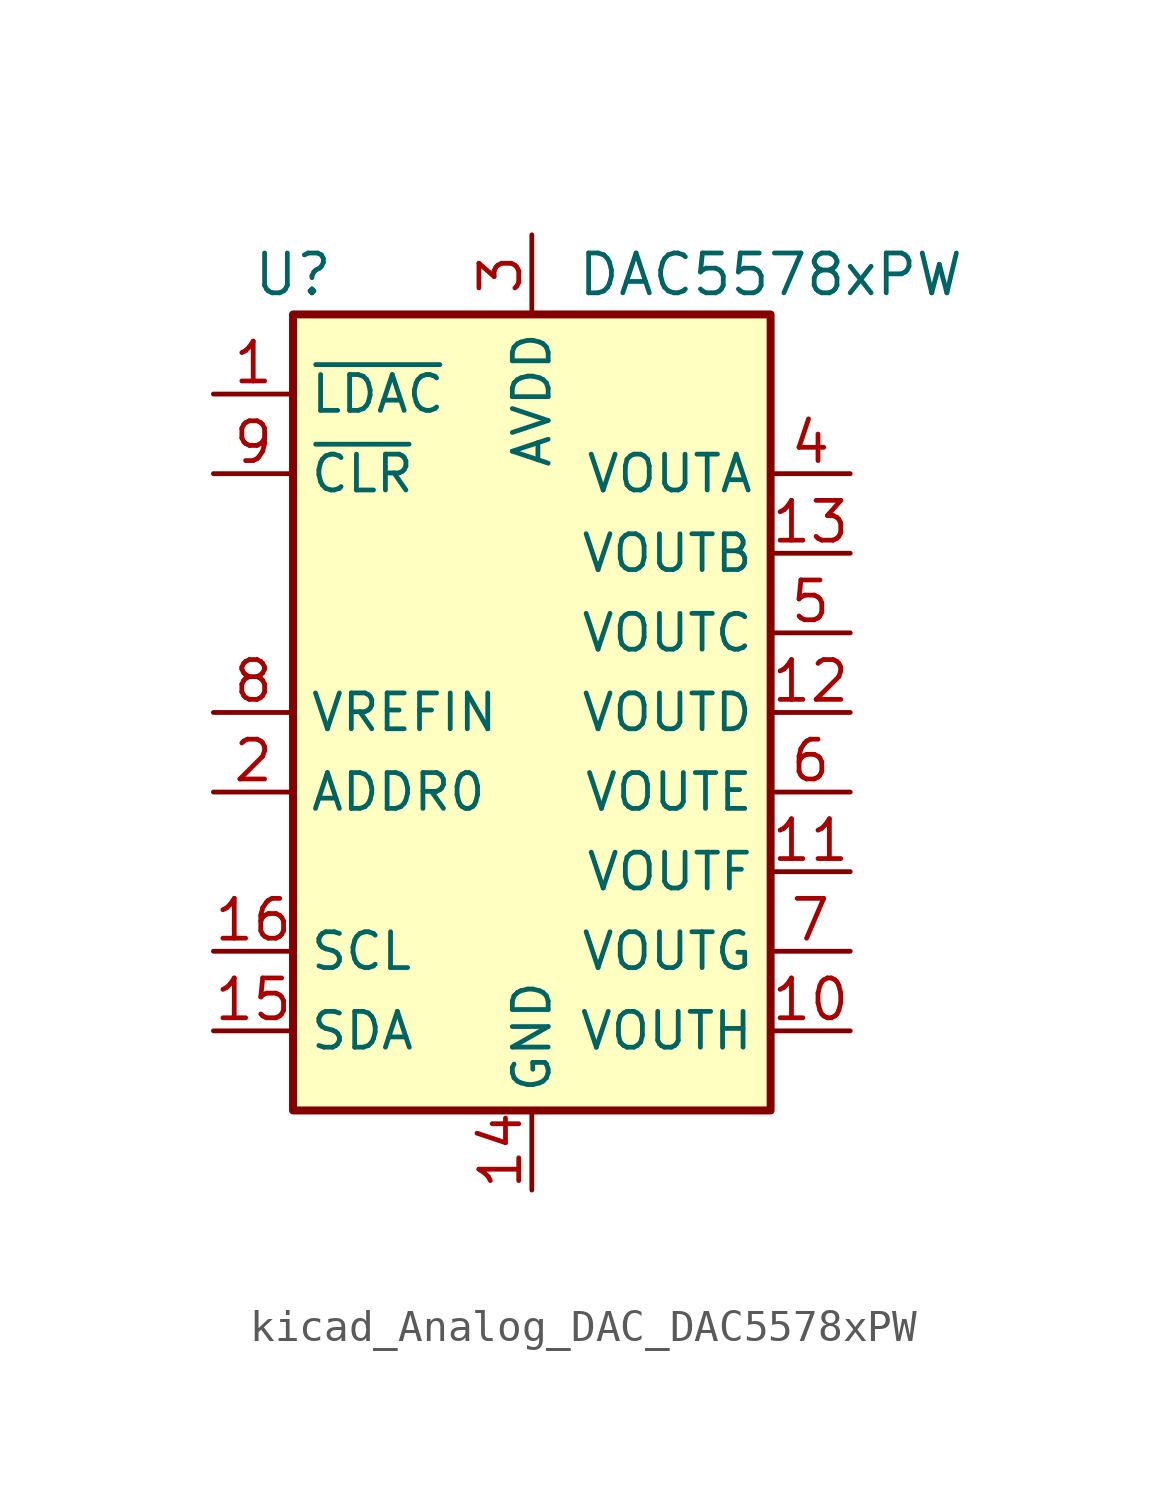
<source format=kicad_sym>
(kicad_symbol_lib
  (version 20220914)
  (generator kicad_symbol_editor)
  (symbol "kicad_Analog_DAC_DAC5578xPW"
    (property "Reference" "U"
      (at -7.62 13.97 0)
      (effects (font (size 1.27 1.27))))
    (property "Value" "DAC5578xPW"
      (at 7.62 13.97 0)
      (effects (font (size 1.27 1.27))))
    (symbol "kicad_Analog_DAC_DAC5578xPW_0_1"
      (rectangle (start -7.62 12.7) (end 7.62 -12.7) (stroke (width 0.254) (type default)) (fill (type background))))
    (symbol "kicad_Analog_DAC_DAC5578xPW_1_1"
      (pin input line (at -10.16 10.16 0) (length 2.54) (name "~{LDAC}" (effects (font (size 1.143 1.143)))) (number "1" (effects (font (size 1.27 1.27)))))
      (pin output line (at 10.16 -10.16 180) (length 2.54) (name "VOUTH" (effects (font (size 1.143 1.143)))) (number "10" (effects (font (size 1.27 1.27)))))
      (pin output line (at 10.16 -5.08 180) (length 2.54) (name "VOUTF" (effects (font (size 1.143 1.143)))) (number "11" (effects (font (size 1.27 1.27)))))
      (pin output line (at 10.16 0 180) (length 2.54) (name "VOUTD" (effects (font (size 1.143 1.143)))) (number "12" (effects (font (size 1.27 1.27)))))
      (pin output line (at 10.16 5.08 180) (length 2.54) (name "VOUTB" (effects (font (size 1.143 1.143)))) (number "13" (effects (font (size 1.27 1.27)))))
      (pin power_in line (at 0 -15.24 90) (length 2.54) (name "GND" (effects (font (size 1.143 1.143)))) (number "14" (effects (font (size 1.27 1.27)))))
      (pin bidirectional line (at -10.16 -10.16 0) (length 2.54) (name "SDA" (effects (font (size 1.143 1.143)))) (number "15" (effects (font (size 1.27 1.27)))))
      (pin input line (at -10.16 -7.62 0) (length 2.54) (name "SCL" (effects (font (size 1.143 1.143)))) (number "16" (effects (font (size 1.27 1.27)))))
      (pin input line (at -10.16 -2.54 0) (length 2.54) (name "ADDR0" (effects (font (size 1.143 1.143)))) (number "2" (effects (font (size 1.27 1.27)))))
      (pin power_in line (at 0 15.24 270) (length 2.54) (name "AVDD" (effects (font (size 1.143 1.143)))) (number "3" (effects (font (size 1.27 1.27)))))
      (pin output line (at 10.16 7.62 180) (length 2.54) (name "VOUTA" (effects (font (size 1.143 1.143)))) (number "4" (effects (font (size 1.27 1.27)))))
      (pin output line (at 10.16 2.54 180) (length 2.54) (name "VOUTC" (effects (font (size 1.143 1.143)))) (number "5" (effects (font (size 1.27 1.27)))))
      (pin output line (at 10.16 -2.54 180) (length 2.54) (name "VOUTE" (effects (font (size 1.143 1.143)))) (number "6" (effects (font (size 1.27 1.27)))))
      (pin output line (at 10.16 -7.62 180) (length 2.54) (name "VOUTG" (effects (font (size 1.143 1.143)))) (number "7" (effects (font (size 1.27 1.27)))))
      (pin input line (at -10.16 0 0) (length 2.54) (name "VREFIN" (effects (font (size 1.143 1.143)))) (number "8" (effects (font (size 1.27 1.27)))))
      (pin input line (at -10.16 7.62 0) (length 2.54) (name "~{CLR}" (effects (font (size 1.143 1.143)))) (number "9" (effects (font (size 1.27 1.27))))))))
</source>
